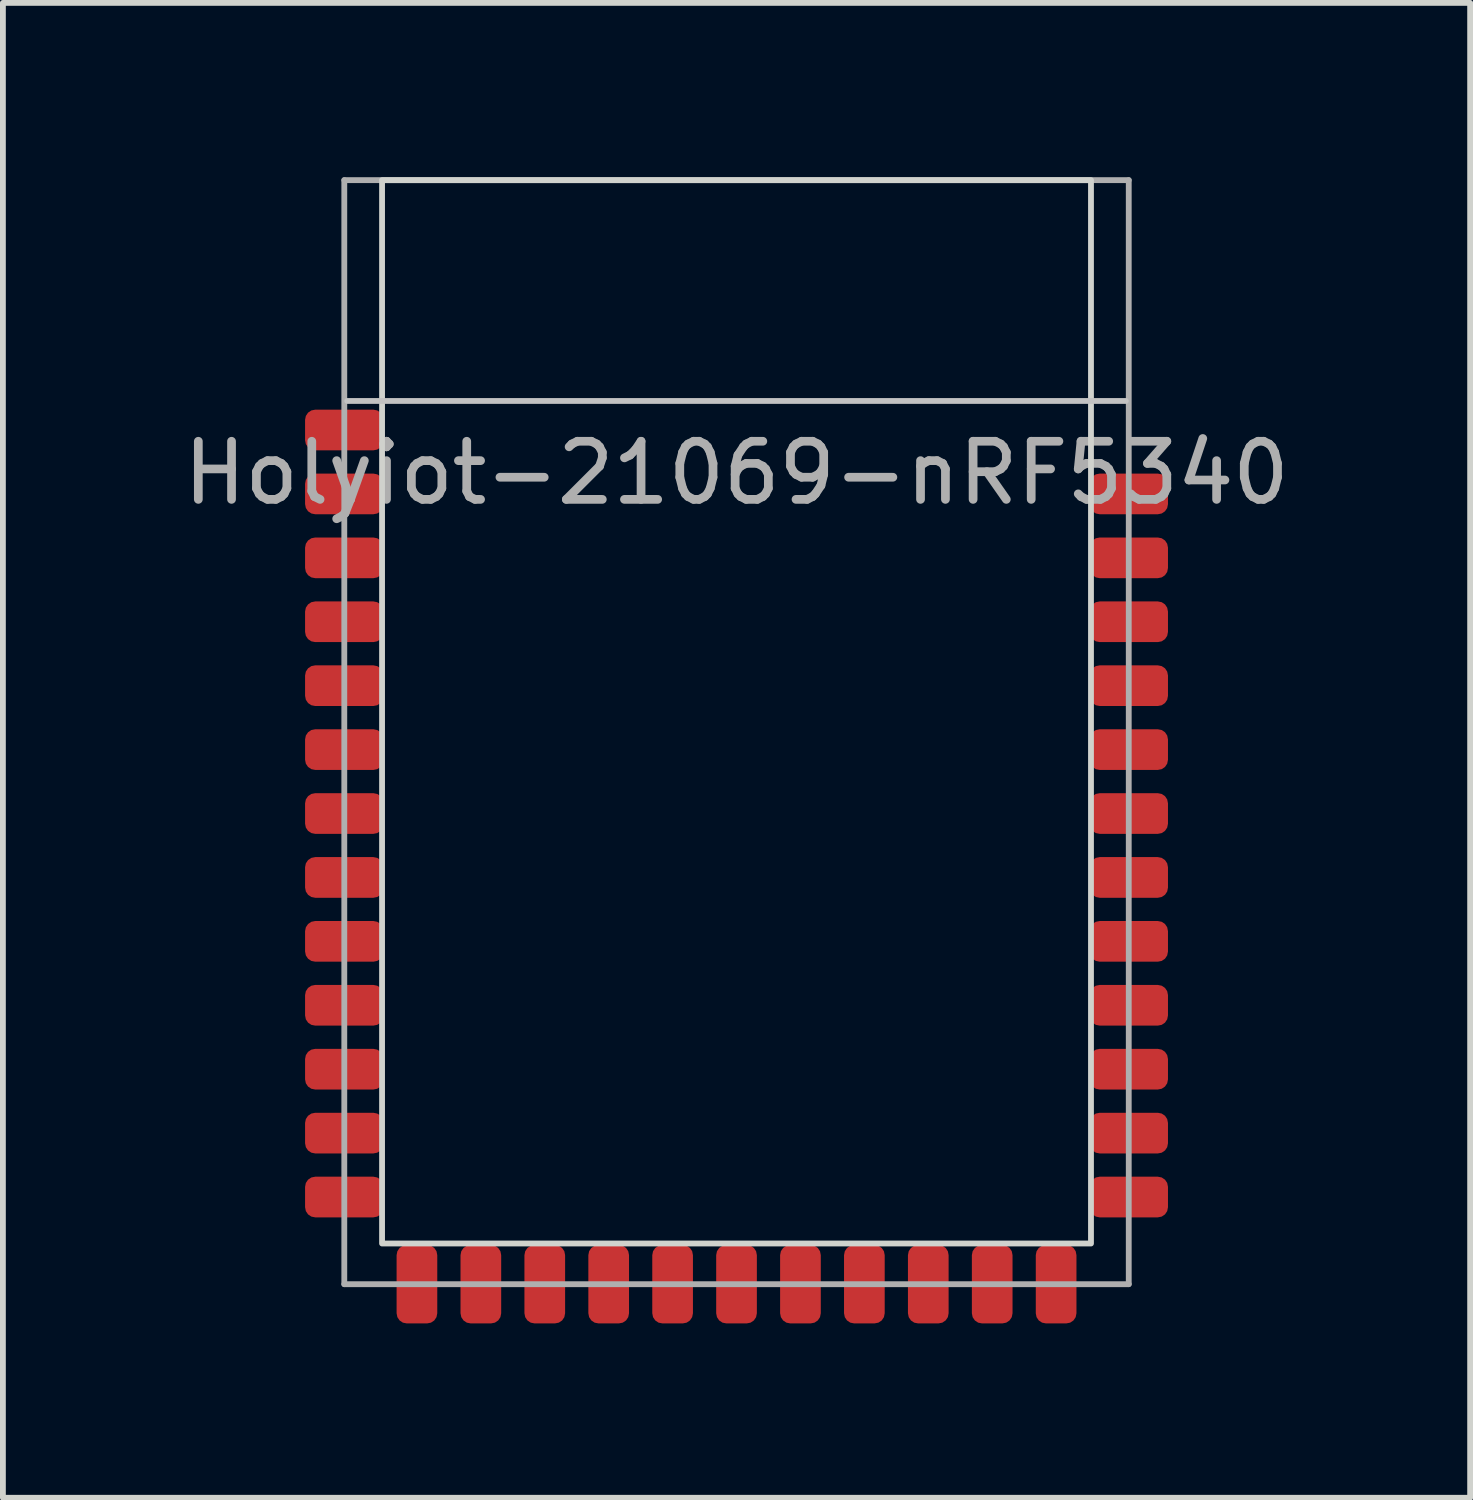
<source format=kicad_pcb>
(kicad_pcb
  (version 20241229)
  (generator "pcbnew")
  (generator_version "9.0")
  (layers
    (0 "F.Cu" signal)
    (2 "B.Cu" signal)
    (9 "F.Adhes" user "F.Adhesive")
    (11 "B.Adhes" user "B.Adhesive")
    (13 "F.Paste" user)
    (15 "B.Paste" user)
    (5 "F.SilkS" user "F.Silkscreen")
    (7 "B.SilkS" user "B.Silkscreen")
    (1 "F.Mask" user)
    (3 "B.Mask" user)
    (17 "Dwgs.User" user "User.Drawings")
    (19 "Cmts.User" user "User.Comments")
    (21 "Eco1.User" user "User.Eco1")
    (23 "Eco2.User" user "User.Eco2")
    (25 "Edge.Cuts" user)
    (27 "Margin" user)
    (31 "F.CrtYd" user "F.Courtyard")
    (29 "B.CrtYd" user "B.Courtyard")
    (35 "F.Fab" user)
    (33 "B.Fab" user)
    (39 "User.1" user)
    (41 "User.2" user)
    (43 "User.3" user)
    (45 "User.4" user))
  (footprint "Holyiot-21069-nRF5340"
    (layer "F.Cu")
    (at 9.625 10.05)
    (property "Reference" "Holyiot-21069-nRF5340" (at 0 -4.961 180) (layer "F.Fab") (effects (font (size 1 1) (thickness 0.15))))
    (attr smd)
    (fp_line (start 6.7 -6.2) (end -6.7 -6.2) (stroke (width 0.1) (type solid)) (layer "Dwgs.User"))
    (fp_rect (start -6.1 -10) (end 6.1 8.3) (stroke (width 0.1) (type default)) (fill no) (layer "Edge.Cuts"))
    (fp_line (start -6.75 -10) (end 6.75 -10) (stroke (width 0.1) (type solid)) (layer "F.Fab"))
    (fp_line (start -6.75 9) (end -6.75 -10) (stroke (width 0.1) (type solid)) (layer "F.Fab"))
    (fp_line (start 6.75 -10) (end 6.75 9) (stroke (width 0.1) (type solid)) (layer "F.Fab"))
    (fp_line (start 6.75 9) (end -6.75 9) (stroke (width 0.1) (type solid)) (layer "F.Fab"))
    (pad "1" smd roundrect (at -6.75 -5.7) (size 1.35 0.7) (layers "F.Cu" "F.Mask" "F.Paste") (roundrect_rratio 0.25))
    (pad "2" smd roundrect (at -6.75 -4.6) (size 1.35 0.7) (layers "F.Cu" "F.Mask" "F.Paste") (roundrect_rratio 0.25))
    (pad "3" smd roundrect (at -6.75 -3.5) (size 1.35 0.7) (layers "F.Cu" "F.Mask" "F.Paste") (roundrect_rratio 0.25))
    (pad "4" smd roundrect (at -6.75 -2.4) (size 1.35 0.7) (layers "F.Cu" "F.Mask" "F.Paste") (roundrect_rratio 0.25))
    (pad "5" smd roundrect (at -6.75 -1.3) (size 1.35 0.7) (layers "F.Cu" "F.Mask" "F.Paste") (roundrect_rratio 0.25))
    (pad "6" smd roundrect (at -6.75 -0.2) (size 1.35 0.7) (layers "F.Cu" "F.Mask" "F.Paste") (roundrect_rratio 0.25))
    (pad "7" smd roundrect (at -6.75 0.9) (size 1.35 0.7) (layers "F.Cu" "F.Mask" "F.Paste") (roundrect_rratio 0.25))
    (pad "8" smd roundrect (at -6.75 2) (size 1.35 0.7) (layers "F.Cu" "F.Mask" "F.Paste") (roundrect_rratio 0.25))
    (pad "9" smd roundrect (at -6.75 3.1) (size 1.35 0.7) (layers "F.Cu" "F.Mask" "F.Paste") (roundrect_rratio 0.25))
    (pad "10" smd roundrect (at -6.75 4.2) (size 1.35 0.7) (layers "F.Cu" "F.Mask" "F.Paste") (roundrect_rratio 0.25))
    (pad "11" smd roundrect (at -6.75 5.3) (size 1.35 0.7) (layers "F.Cu" "F.Mask" "F.Paste") (roundrect_rratio 0.25))
    (pad "12" smd roundrect (at -6.75 6.4) (size 1.35 0.7) (layers "F.Cu" "F.Mask" "F.Paste") (roundrect_rratio 0.25))
    (pad "13" smd roundrect (at -6.75 7.5) (size 1.35 0.7) (layers "F.Cu" "F.Mask" "F.Paste") (roundrect_rratio 0.25))
    (pad "14" smd roundrect (at -5.5 9 90) (size 1.35 0.7) (layers "F.Cu" "F.Mask" "F.Paste") (roundrect_rratio 0.25))
    (pad "15" smd roundrect (at -4.4 9 90) (size 1.35 0.7) (layers "F.Cu" "F.Mask" "F.Paste") (roundrect_rratio 0.25))
    (pad "16" smd roundrect (at -3.3 9 90) (size 1.35 0.7) (layers "F.Cu" "F.Mask" "F.Paste") (roundrect_rratio 0.25))
    (pad "17" smd roundrect (at -2.2 9 90) (size 1.35 0.7) (layers "F.Cu" "F.Mask" "F.Paste") (roundrect_rratio 0.25))
    (pad "18" smd roundrect (at -1.1 9 90) (size 1.35 0.7) (layers "F.Cu" "F.Mask" "F.Paste") (roundrect_rratio 0.25))
    (pad "19" smd roundrect (at 0 9 90) (size 1.35 0.7) (layers "F.Cu" "F.Mask" "F.Paste") (roundrect_rratio 0.25))
    (pad "20" smd roundrect (at 1.1 9 90) (size 1.35 0.7) (layers "F.Cu" "F.Mask" "F.Paste") (roundrect_rratio 0.25))
    (pad "21" smd roundrect (at 2.2 9 90) (size 1.35 0.7) (layers "F.Cu" "F.Mask" "F.Paste") (roundrect_rratio 0.25))
    (pad "22" smd roundrect (at 3.3 9 90) (size 1.35 0.7) (layers "F.Cu" "F.Mask" "F.Paste") (roundrect_rratio 0.25))
    (pad "23" smd roundrect (at 4.4 9 90) (size 1.35 0.7) (layers "F.Cu" "F.Mask" "F.Paste") (roundrect_rratio 0.25))
    (pad "24" smd roundrect (at 5.5 9 90) (size 1.35 0.7) (layers "F.Cu" "F.Mask" "F.Paste") (roundrect_rratio 0.25))
    (pad "25" smd roundrect (at 6.75 7.5 180) (size 1.35 0.7) (layers "F.Cu" "F.Mask" "F.Paste") (roundrect_rratio 0.25))
    (pad "26" smd roundrect (at 6.75 6.4 180) (size 1.35 0.7) (layers "F.Cu" "F.Mask" "F.Paste") (roundrect_rratio 0.25))
    (pad "27" smd roundrect (at 6.75 5.3 180) (size 1.35 0.7) (layers "F.Cu" "F.Mask" "F.Paste") (roundrect_rratio 0.25))
    (pad "28" smd roundrect (at 6.75 4.2 180) (size 1.35 0.7) (layers "F.Cu" "F.Mask" "F.Paste") (roundrect_rratio 0.25))
    (pad "29" smd roundrect (at 6.75 3.1 180) (size 1.35 0.7) (layers "F.Cu" "F.Mask" "F.Paste") (roundrect_rratio 0.25))
    (pad "30" smd roundrect (at 6.75 2 180) (size 1.35 0.7) (layers "F.Cu" "F.Mask" "F.Paste") (roundrect_rratio 0.25))
    (pad "31" smd roundrect (at 6.75 0.9 180) (size 1.35 0.7) (layers "F.Cu" "F.Mask" "F.Paste") (roundrect_rratio 0.25))
    (pad "32" smd roundrect (at 6.75 -0.2 180) (size 1.35 0.7) (layers "F.Cu" "F.Mask" "F.Paste") (roundrect_rratio 0.25))
    (pad "33" smd roundrect (at 6.75 -1.3 180) (size 1.35 0.7) (layers "F.Cu" "F.Mask" "F.Paste") (roundrect_rratio 0.25))
    (pad "34" smd roundrect (at 6.75 -2.4 180) (size 1.35 0.7) (layers "F.Cu" "F.Mask" "F.Paste") (roundrect_rratio 0.25))
    (pad "35" smd roundrect (at 6.75 -3.5 180) (size 1.35 0.7) (layers "F.Cu" "F.Mask" "F.Paste") (roundrect_rratio 0.25))
    (pad "36" smd roundrect (at 6.75 -4.6 180) (size 1.35 0.7) (layers "F.Cu" "F.Mask" "F.Paste") (roundrect_rratio 0.25)))
  (gr_rect
    (start -3 -3)
    (end 22.25 22.725)
    (stroke (width 0.1) (type default))
    (fill no)
    (layer "Edge.Cuts")))
</source>
